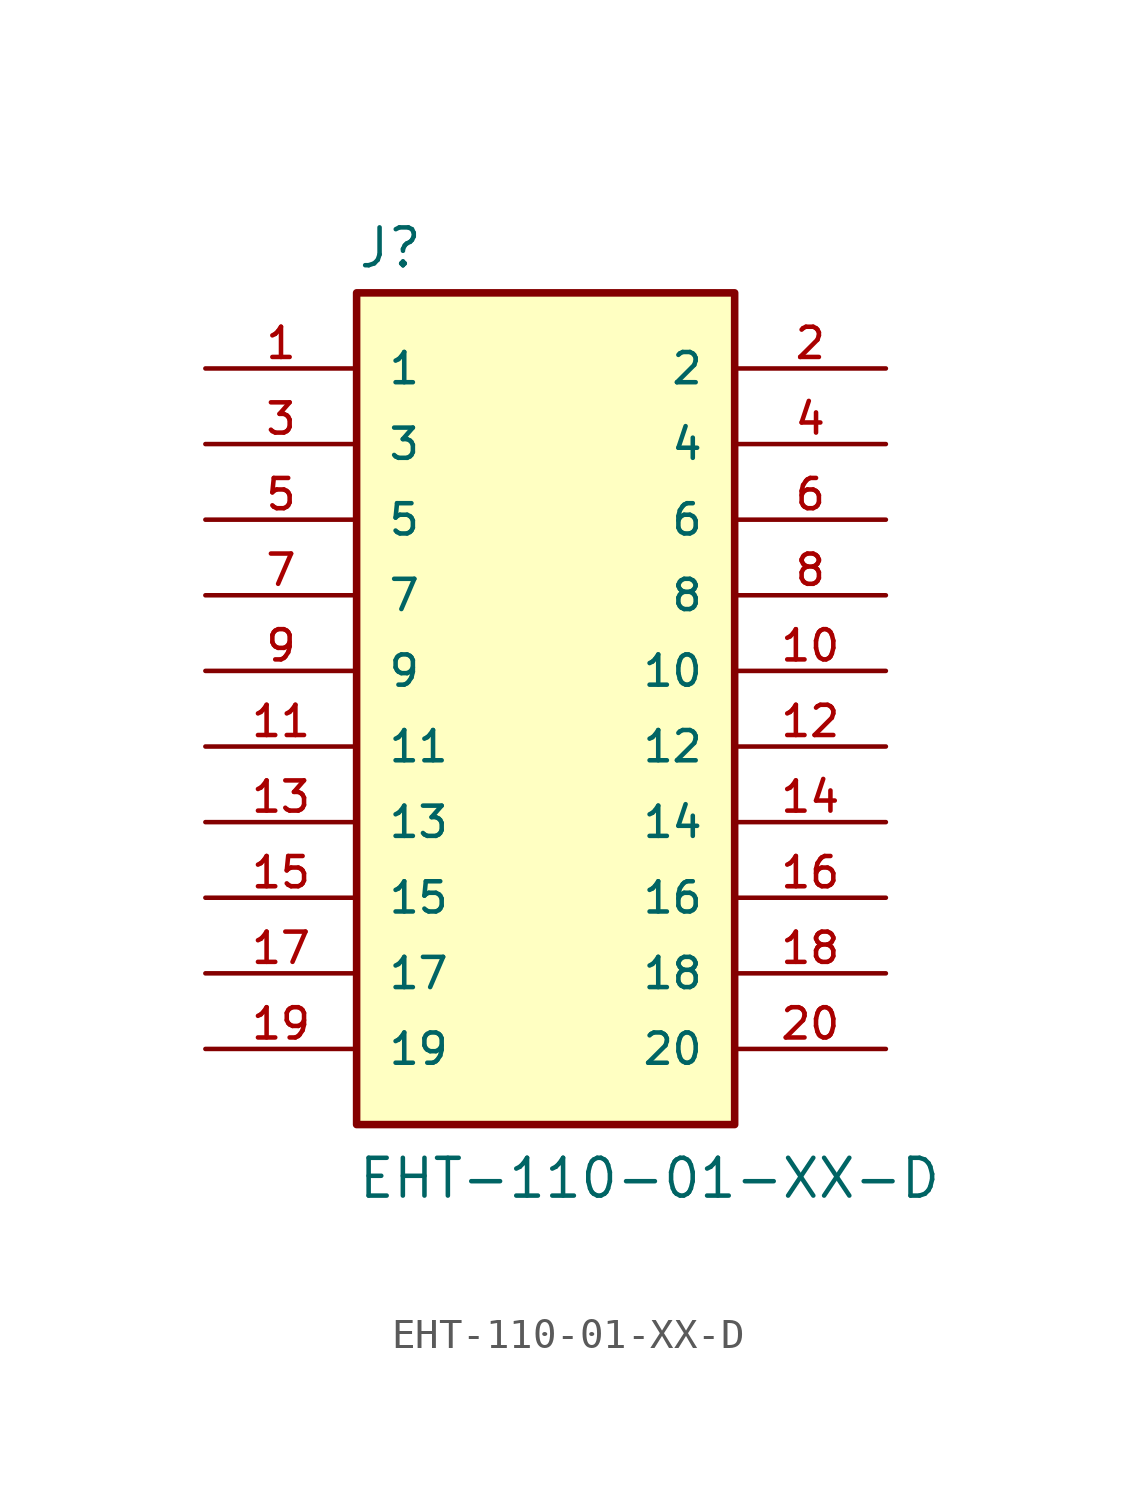
<source format=kicad_sym>
(kicad_symbol_lib
  (version 20211014)
  (generator kicad_symbol_editor)
  (symbol "EHT-110-01-XX-D"
    (pin_names
      (offset 1.016))
    (property "Reference" "J"
      (at 5.086 3.306 0)
      (effects (font (size 1.27 1.27)) (justify bottom left)))
    (property "Value" "EHT-110-01-XX-D"
      (at 5.082 -27.949 0)
      (effects (font (size 1.27 1.27)) (justify bottom left)))
    (symbol "EHT-110-01-XX-D_0_0"
      (rectangle (start 5.08 -25.4) (end 17.78 2.54) (stroke (width 0.254)) (fill (type background)))
      (pin bidirectional line (at 0.0 0.0 0) (length 5.08) (name "1" (effects (font (size 1.016 1.016)))) (number "1" (effects (font (size 1.016 1.016)))))
      (pin bidirectional line (at 22.86 0.0 180.0) (length 5.08) (name "2" (effects (font (size 1.016 1.016)))) (number "2" (effects (font (size 1.016 1.016)))))
      (pin bidirectional line (at 0.0 -2.54 0) (length 5.08) (name "3" (effects (font (size 1.016 1.016)))) (number "3" (effects (font (size 1.016 1.016)))))
      (pin bidirectional line (at 22.86 -2.54 180.0) (length 5.08) (name "4" (effects (font (size 1.016 1.016)))) (number "4" (effects (font (size 1.016 1.016)))))
      (pin bidirectional line (at 0.0 -5.08 0) (length 5.08) (name "5" (effects (font (size 1.016 1.016)))) (number "5" (effects (font (size 1.016 1.016)))))
      (pin bidirectional line (at 22.86 -5.08 180.0) (length 5.08) (name "6" (effects (font (size 1.016 1.016)))) (number "6" (effects (font (size 1.016 1.016)))))
      (pin bidirectional line (at 0.0 -7.62 0) (length 5.08) (name "7" (effects (font (size 1.016 1.016)))) (number "7" (effects (font (size 1.016 1.016)))))
      (pin bidirectional line (at 22.86 -7.62 180.0) (length 5.08) (name "8" (effects (font (size 1.016 1.016)))) (number "8" (effects (font (size 1.016 1.016)))))
      (pin bidirectional line (at 0.0 -10.16 0) (length 5.08) (name "9" (effects (font (size 1.016 1.016)))) (number "9" (effects (font (size 1.016 1.016)))))
      (pin bidirectional line (at 22.86 -10.16 180.0) (length 5.08) (name "10" (effects (font (size 1.016 1.016)))) (number "10" (effects (font (size 1.016 1.016)))))
      (pin bidirectional line (at 0.0 -12.7 0) (length 5.08) (name "11" (effects (font (size 1.016 1.016)))) (number "11" (effects (font (size 1.016 1.016)))))
      (pin bidirectional line (at 22.86 -12.7 180.0) (length 5.08) (name "12" (effects (font (size 1.016 1.016)))) (number "12" (effects (font (size 1.016 1.016)))))
      (pin bidirectional line (at 0.0 -15.24 0) (length 5.08) (name "13" (effects (font (size 1.016 1.016)))) (number "13" (effects (font (size 1.016 1.016)))))
      (pin bidirectional line (at 22.86 -15.24 180.0) (length 5.08) (name "14" (effects (font (size 1.016 1.016)))) (number "14" (effects (font (size 1.016 1.016)))))
      (pin bidirectional line (at 0.0 -17.78 0) (length 5.08) (name "15" (effects (font (size 1.016 1.016)))) (number "15" (effects (font (size 1.016 1.016)))))
      (pin bidirectional line (at 22.86 -17.78 180.0) (length 5.08) (name "16" (effects (font (size 1.016 1.016)))) (number "16" (effects (font (size 1.016 1.016)))))
      (pin bidirectional line (at 0.0 -20.32 0) (length 5.08) (name "17" (effects (font (size 1.016 1.016)))) (number "17" (effects (font (size 1.016 1.016)))))
      (pin bidirectional line (at 22.86 -20.32 180.0) (length 5.08) (name "18" (effects (font (size 1.016 1.016)))) (number "18" (effects (font (size 1.016 1.016)))))
      (pin bidirectional line (at 0.0 -22.86 0) (length 5.08) (name "19" (effects (font (size 1.016 1.016)))) (number "19" (effects (font (size 1.016 1.016)))))
      (pin bidirectional line (at 22.86 -22.86 180.0) (length 5.08) (name "20" (effects (font (size 1.016 1.016)))) (number "20" (effects (font (size 1.016 1.016))))))))
</source>
